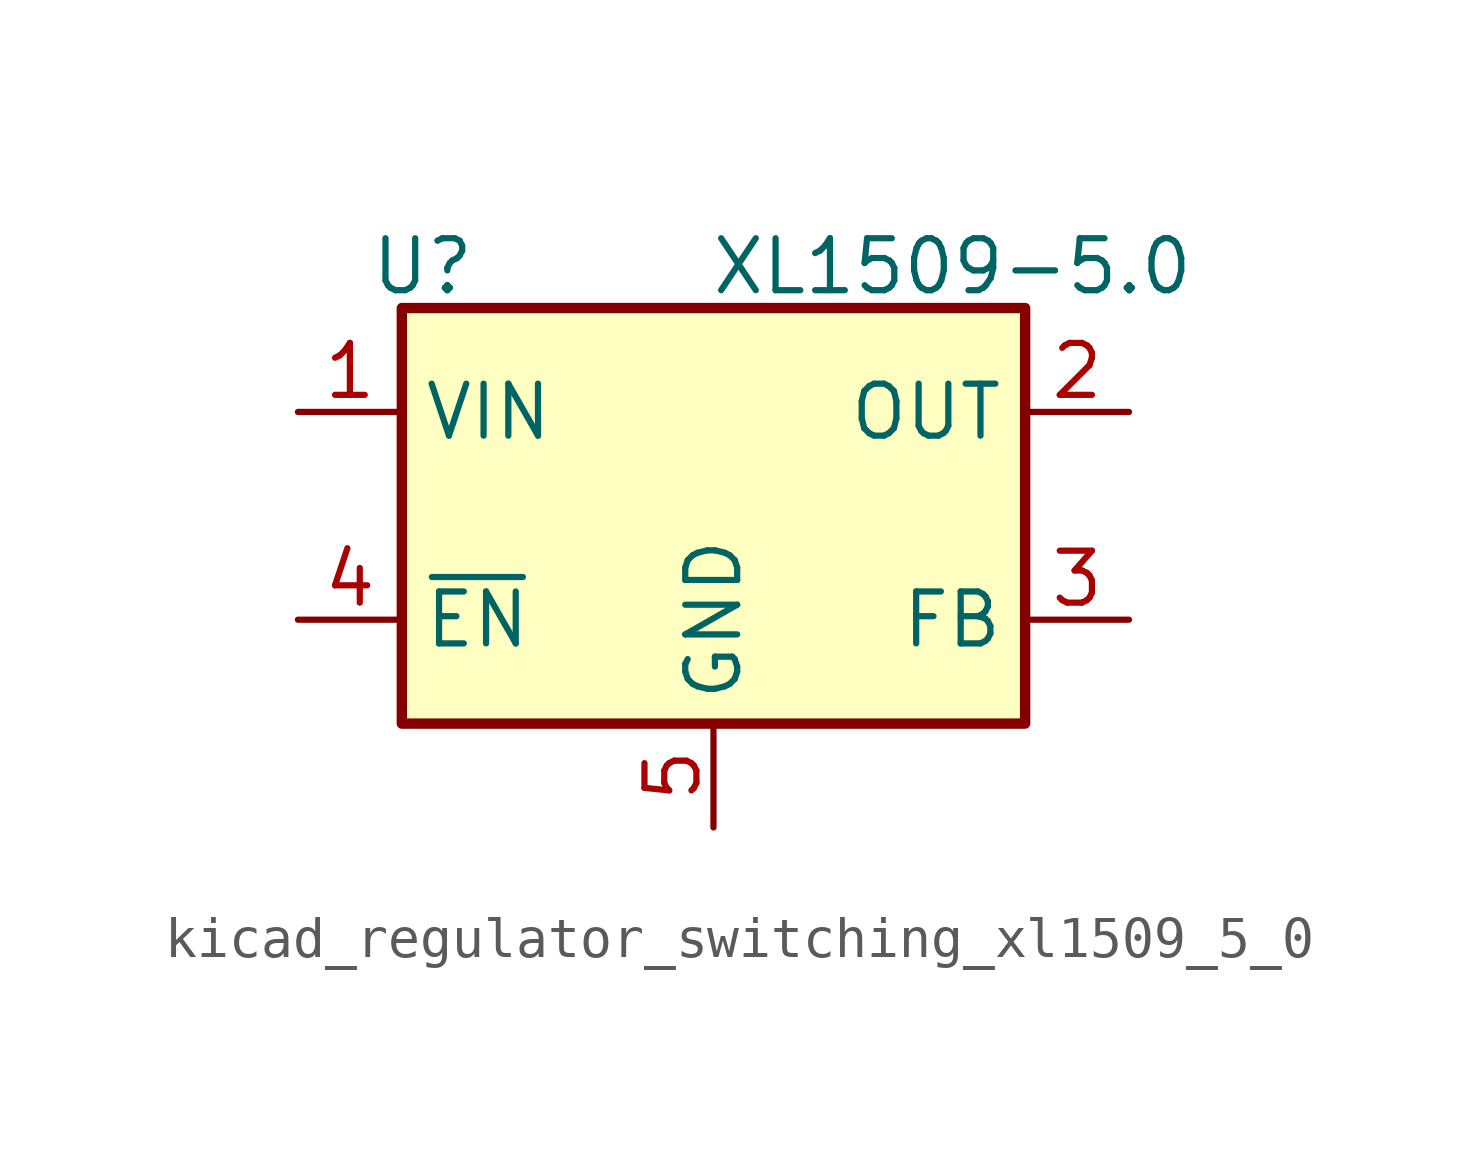
<source format=kicad_sym>
(kicad_symbol_lib
  (version 20220914)
  (generator kicad_symbol_editor)
  (symbol "kicad_regulator_switching_xl1509_5_0"
    (property "Reference" "U"
      (at -7.112 6.096 0)
      (effects (font (size 1.27 1.27))))
    (property "Value" "XL1509-5.0"
      (at 5.842 6.096 0)
      (effects (font (size 1.27 1.27))))
    (symbol "kicad_regulator_switching_xl1509_5_0_0_1"
      (rectangle (start -7.62 5.08) (end 7.62 -5.08) (stroke (width 0.254) (type default)) (fill (type background))))
    (symbol "kicad_regulator_switching_xl1509_5_0_1_1"
      (pin power_in line (at -10.16 2.54 0) (length 2.54) (name "VIN" (effects (font (size 1.27 1.27)))) (number "1" (effects (font (size 1.27 1.27)))))
      (pin power_out line (at 10.16 2.54 180) (length 2.54) (name "OUT" (effects (font (size 1.27 1.27)))) (number "2" (effects (font (size 1.27 1.27)))))
      (pin input line (at 10.16 -2.54 180) (length 2.54) (name "FB" (effects (font (size 1.27 1.27)))) (number "3" (effects (font (size 1.27 1.27)))))
      (pin input line (at -10.16 -2.54 0) (length 2.54) (name "~{EN}" (effects (font (size 1.27 1.27)))) (number "4" (effects (font (size 1.27 1.27)))))
      (pin power_in line (at 0 -7.62 90) (length 2.54) (name "GND" (effects (font (size 1.27 1.27)))) (number "5" (effects (font (size 1.27 1.27)))))
      (pin passive line (at 0 -7.62 90) (length 2.54) hide (name "GND" (effects (font (size 1.27 1.27)))) (number "6" (effects (font (size 1.27 1.27)))))
      (pin passive line (at 0 -7.62 90) (length 2.54) hide (name "GND" (effects (font (size 1.27 1.27)))) (number "7" (effects (font (size 1.27 1.27)))))
      (pin passive line (at 0 -7.62 90) (length 2.54) hide (name "GND" (effects (font (size 1.27 1.27)))) (number "8" (effects (font (size 1.27 1.27))))))))
</source>
